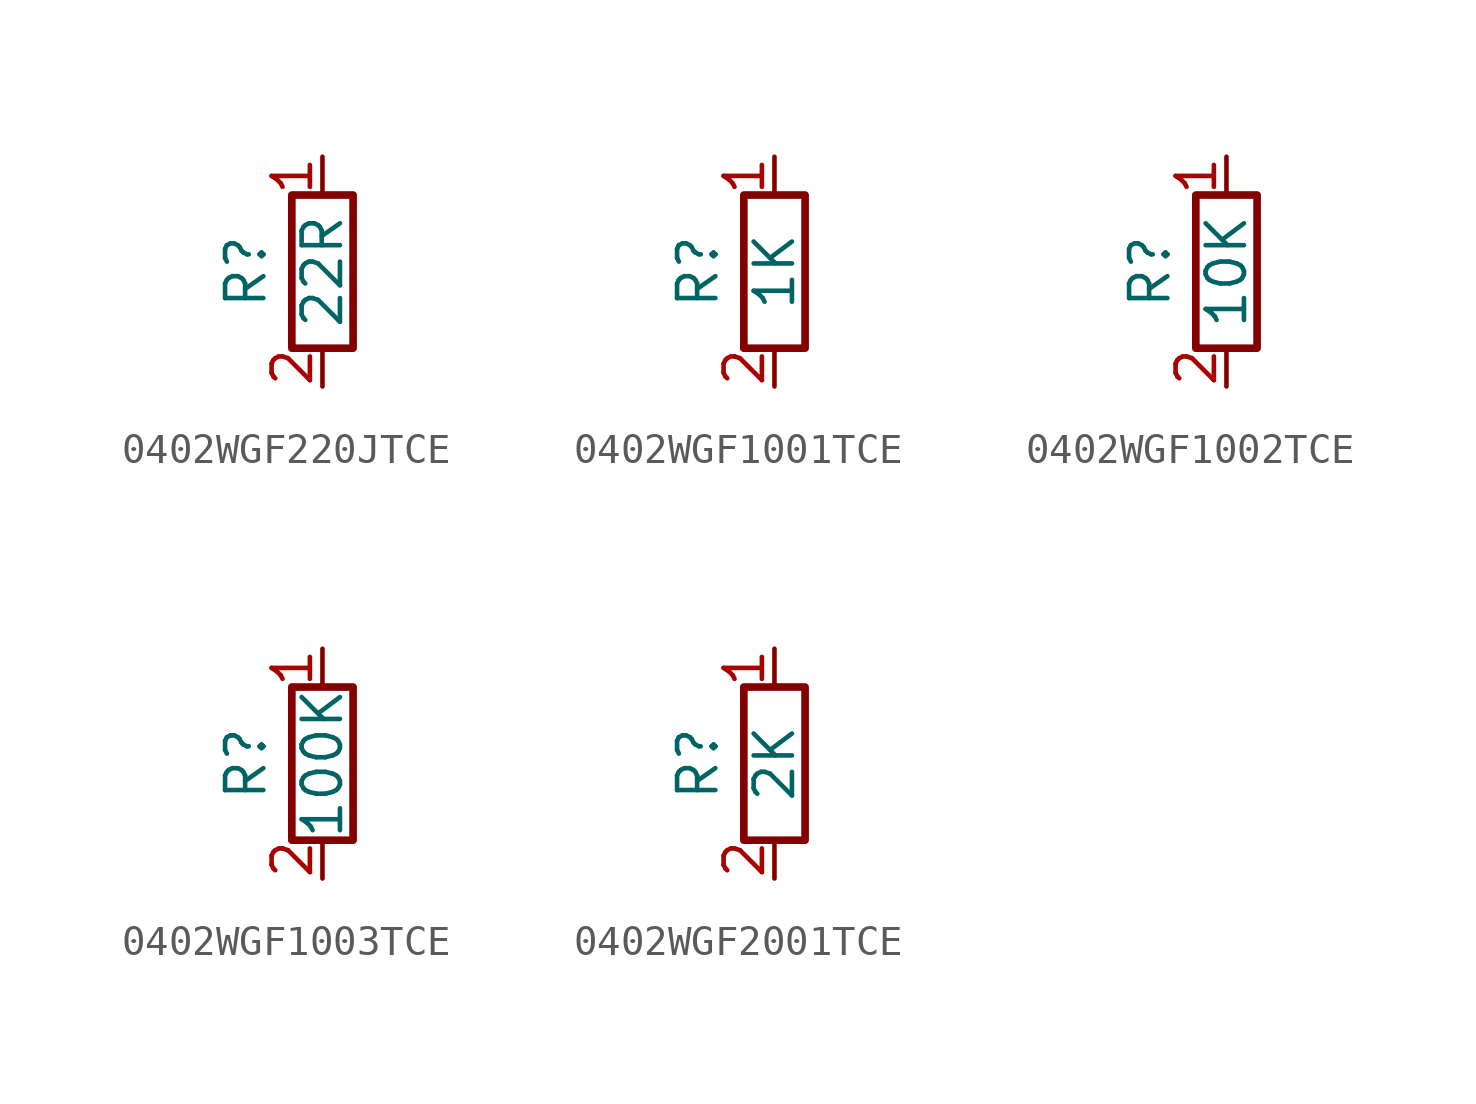
<source format=kicad_sym>
(kicad_symbol_lib
  (version 20211014)
  (generator None)
  (symbol "0402WGF220JTCE"
    (property "Reference" "R"
      (at -2.54 0 90)
      (effects (font (size 1.27 1.27))))
    (property "Value" "22R"
      (at 0 0 90)
      (effects (font (size 1.27 1.27))))
    (symbol "0402WGF220JTCE_0_1"
      (rectangle (start -1.016 -2.54) (end 1.016 2.54) (stroke (width 0.254) (type default)) (fill (type none))))
    (symbol "0402WGF220JTCE_1_1"
      (pin passive line (at 0 3.81 270) (length 1.27) (name "~" (effects (font (size 1.27 1.27)))) (number "1" (effects (font (size 1.27 1.27)))))
      (pin passive line (at 0 -3.81 90) (length 1.27) (name "~" (effects (font (size 1.27 1.27)))) (number "2" (effects (font (size 1.27 1.27)))))))
  (symbol "0402WGF1001TCE"
    (property "Reference" "R"
      (at -2.54 0 90)
      (effects (font (size 1.27 1.27))))
    (property "Value" "1K"
      (at 0 0 90)
      (effects (font (size 1.27 1.27))))
    (symbol "0402WGF1001TCE_0_1"
      (rectangle (start -1.016 -2.54) (end 1.016 2.54) (stroke (width 0.254) (type default)) (fill (type none))))
    (symbol "0402WGF1001TCE_1_1"
      (pin passive line (at 0 3.81 270) (length 1.27) (name "~" (effects (font (size 1.27 1.27)))) (number "1" (effects (font (size 1.27 1.27)))))
      (pin passive line (at 0 -3.81 90) (length 1.27) (name "~" (effects (font (size 1.27 1.27)))) (number "2" (effects (font (size 1.27 1.27)))))))
  (symbol "0402WGF1002TCE"
    (property "Reference" "R"
      (at -2.54 0 90)
      (effects (font (size 1.27 1.27))))
    (property "Value" "10K"
      (at 0 0 90)
      (effects (font (size 1.27 1.27))))
    (symbol "0402WGF1002TCE_0_1"
      (rectangle (start -1.016 -2.54) (end 1.016 2.54) (stroke (width 0.254) (type default)) (fill (type none))))
    (symbol "0402WGF1002TCE_1_1"
      (pin passive line (at 0 3.81 270) (length 1.27) (name "~" (effects (font (size 1.27 1.27)))) (number "1" (effects (font (size 1.27 1.27)))))
      (pin passive line (at 0 -3.81 90) (length 1.27) (name "~" (effects (font (size 1.27 1.27)))) (number "2" (effects (font (size 1.27 1.27)))))))
  (symbol "0402WGF1003TCE"
    (property "Reference" "R"
      (at -2.54 0 90)
      (effects (font (size 1.27 1.27))))
    (property "Value" "100K"
      (at 0 0 90)
      (effects (font (size 1.27 1.27))))
    (symbol "0402WGF1003TCE_0_1"
      (rectangle (start -1.016 -2.54) (end 1.016 2.54) (stroke (width 0.254) (type default)) (fill (type none))))
    (symbol "0402WGF1003TCE_1_1"
      (pin passive line (at 0 3.81 270) (length 1.27) (name "~" (effects (font (size 1.27 1.27)))) (number "1" (effects (font (size 1.27 1.27)))))
      (pin passive line (at 0 -3.81 90) (length 1.27) (name "~" (effects (font (size 1.27 1.27)))) (number "2" (effects (font (size 1.27 1.27)))))))
  (symbol "0402WGF2001TCE"
    (property "Reference" "R"
      (at -2.54 0 90)
      (effects (font (size 1.27 1.27))))
    (property "Value" "2K"
      (at 0 0 90)
      (effects (font (size 1.27 1.27))))
    (symbol "0402WGF2001TCE_0_1"
      (rectangle (start -1.016 -2.54) (end 1.016 2.54) (stroke (width 0.254) (type default)) (fill (type none))))
    (symbol "0402WGF2001TCE_1_1"
      (pin passive line (at 0 3.81 270) (length 1.27) (name "~" (effects (font (size 1.27 1.27)))) (number "1" (effects (font (size 1.27 1.27)))))
      (pin passive line (at 0 -3.81 90) (length 1.27) (name "~" (effects (font (size 1.27 1.27)))) (number "2" (effects (font (size 1.27 1.27))))))))
</source>
